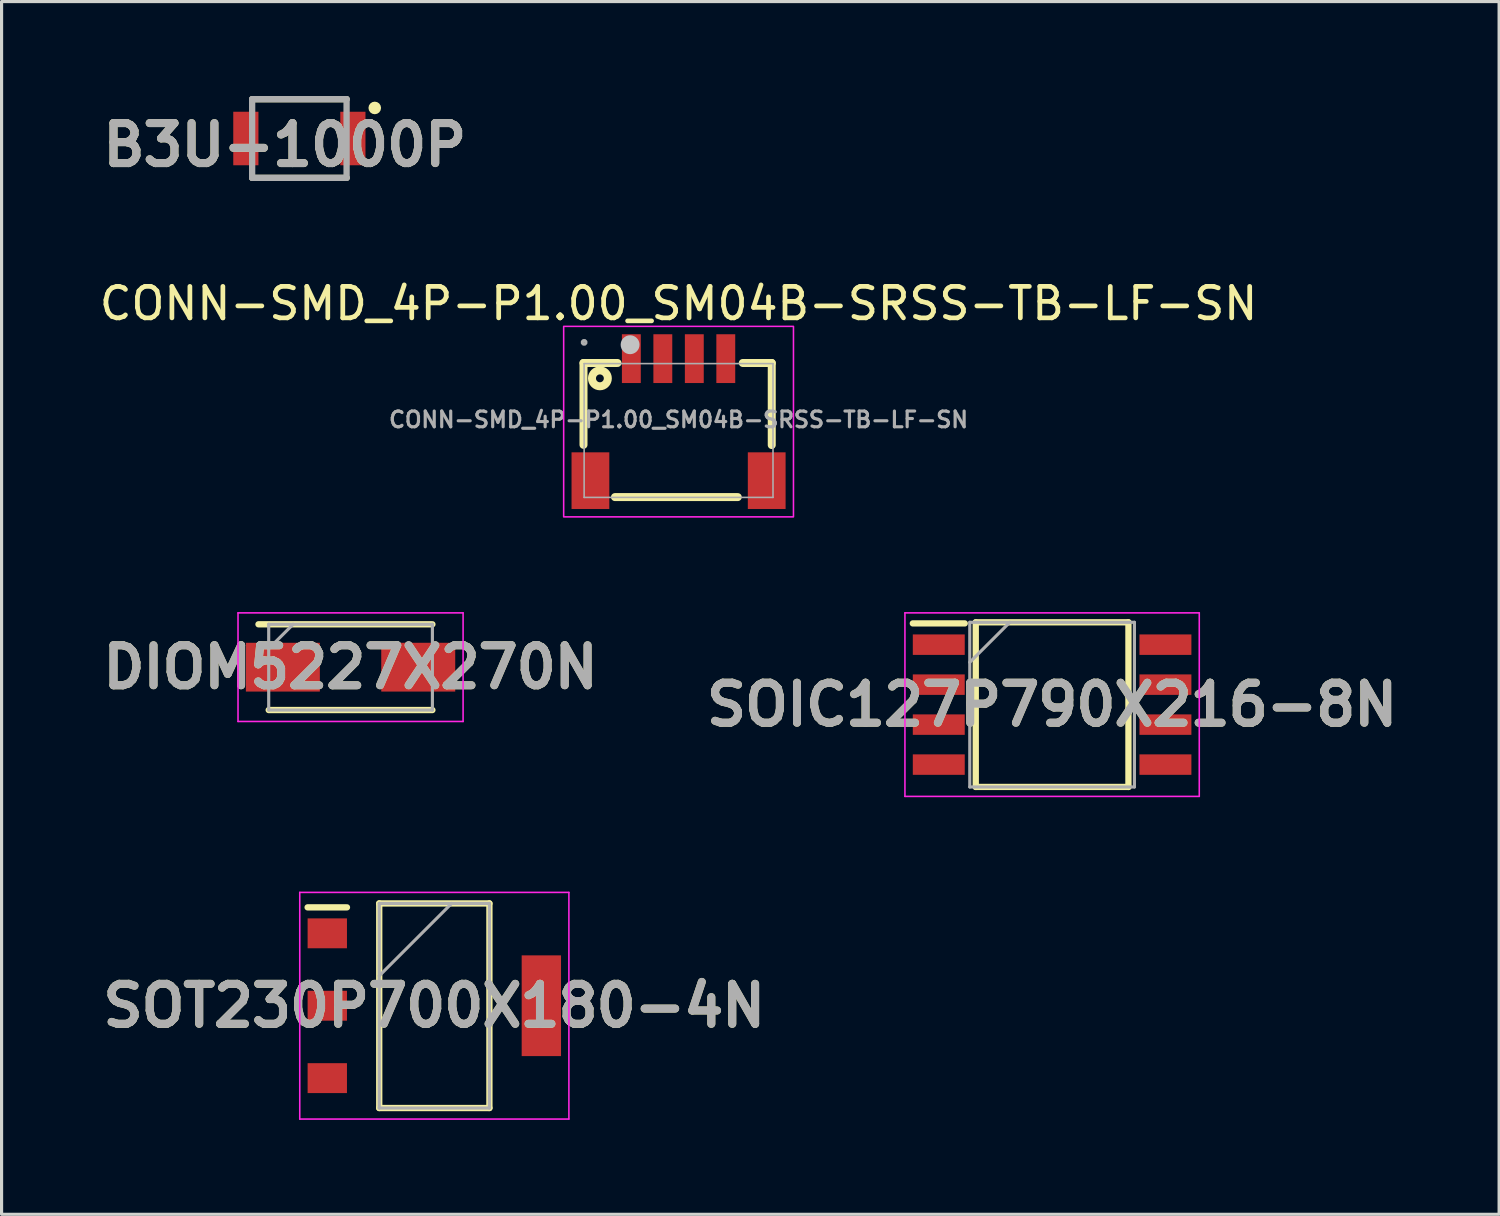
<source format=kicad_pcb>
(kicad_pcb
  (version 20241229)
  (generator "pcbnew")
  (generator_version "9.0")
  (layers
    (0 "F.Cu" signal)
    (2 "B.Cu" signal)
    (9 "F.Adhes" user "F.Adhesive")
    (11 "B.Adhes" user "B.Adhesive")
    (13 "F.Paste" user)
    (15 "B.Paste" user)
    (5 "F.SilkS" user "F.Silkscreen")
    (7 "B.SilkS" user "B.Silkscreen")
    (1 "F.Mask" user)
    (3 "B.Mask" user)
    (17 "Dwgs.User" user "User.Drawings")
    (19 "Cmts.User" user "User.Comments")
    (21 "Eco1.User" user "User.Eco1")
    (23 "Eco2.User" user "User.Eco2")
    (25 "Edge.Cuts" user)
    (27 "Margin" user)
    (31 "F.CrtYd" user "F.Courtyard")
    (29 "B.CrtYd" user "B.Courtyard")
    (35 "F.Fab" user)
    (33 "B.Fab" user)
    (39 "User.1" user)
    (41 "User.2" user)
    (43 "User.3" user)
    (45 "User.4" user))
  (footprint "CONN-SMD_4P-P1.00_SM04B-SRSS-TB-LF-SN"
    (layer "F.Cu")
    (at 18.506 10.281)
    (property "Reference" "CONN-SMD_4P-P1.00_SM04B-SRSS-TB-LF-SN" (at 0 -3.688 0) (layer "F.SilkS") (effects (font (size 1 1) (thickness 0.15))))
    (fp_line (start -3.02 -1.8) (end -3.02 0.8) (stroke (width 0.254) (type default)) (layer "F.SilkS"))
    (fp_line (start -2.02 2.46) (end 1.88 2.46) (stroke (width 0.254) (type default)) (layer "F.SilkS"))
    (fp_line (start -1.94 -1.8) (end -3.02 -1.8) (stroke (width 0.254) (type default)) (layer "F.SilkS"))
    (fp_line (start 2.04 -1.8) (end 2.96 -1.8) (stroke (width 0.254) (type default)) (layer "F.SilkS"))
    (fp_line (start 2.96 -1.8) (end 2.96 0.807) (stroke (width 0.254) (type default)) (layer "F.SilkS"))
    (fp_circle (center -2.499 -1.312) (end -2.374 -1.312) (stroke (width 0.254) (type default)) (fill no) (layer "F.SilkS"))
    (fp_circle (center -1.54 -2.38) (end -1.39 -2.38) (stroke (width 0.3) (type default)) (fill no) (layer "Dwgs.User"))
    (fp_rect (start -3.65 -2.963) (end 3.65 3.088) (stroke (width 0.05) (type default)) (fill no) (layer "F.CrtYd"))
    (fp_line (start -3 -1.78) (end 3 -1.78) (stroke (width 0.051) (type default)) (layer "F.Fab"))
    (fp_line (start -3 2.47) (end -3 -1.78) (stroke (width 0.051) (type default)) (layer "F.Fab"))
    (fp_line (start 3 -1.78) (end 3 2.47) (stroke (width 0.051) (type default)) (layer "F.Fab"))
    (fp_line (start 3 2.47) (end -3 2.47) (stroke (width 0.051) (type default)) (layer "F.Fab"))
    (fp_poly (pts (xy -2.945 -2.478) (xy -2.977 -2.51) (xy -3.023 -2.51) (xy -3.055 -2.478) (xy -3.055 -2.432) (xy -3.023 -2.4) (xy -2.977 -2.4) (xy -2.945 -2.432)) (stroke (width 0.1) (type default)) (fill no) (layer "F.Fab"))
    (fp_poly (pts (xy -2.22 2.44) (xy -2.92 2.44) (xy -2.94 1.04) (xy -2.22 1.04)) (stroke (width 0.1) (type default)) (fill no) (layer "User.1"))
    (fp_poly (pts (xy -1.601 -2.455) (xy -1.401 -2.455) (xy -1.401 -1.755) (xy -1.601 -1.755)) (stroke (width 0.1) (type default)) (fill no) (layer "User.1"))
    (fp_poly (pts (xy -0.601 -2.455) (xy -0.401 -2.455) (xy -0.401 -1.755) (xy -0.601 -1.755)) (stroke (width 0.1) (type default)) (fill no) (layer "User.1"))
    (fp_poly (pts (xy 0.4 -2.454) (xy 0.6 -2.454) (xy 0.6 -1.754) (xy 0.4 -1.754)) (stroke (width 0.1) (type default)) (fill no) (layer "User.1"))
    (fp_poly (pts (xy 1.4 -2.454) (xy 1.6 -2.454) (xy 1.6 -1.754) (xy 1.4 -1.754)) (stroke (width 0.1) (type default)) (fill no) (layer "User.1"))
    (fp_poly (pts (xy 2.22 1.04) (xy 2.92 1.04) (xy 2.94 2.44) (xy 2.22 2.44)) (stroke (width 0.1) (type default)) (fill no) (layer "User.1"))
    (fp_text user "${REFERENCE}" (at 0 0 0) (layer "F.Fab") (effects (font (size 0.5 0.5) (thickness 0.1))))
    (pad "1" smd rect (at -1.5 -1.938) (size 0.6 1.55) (layers "F.Cu" "F.Mask" "F.Paste"))
    (pad "2" smd rect (at -0.5 -1.938) (size 0.6 1.55) (layers "F.Cu" "F.Mask" "F.Paste"))
    (pad "3" smd rect (at 0.5 -1.938) (size 0.6 1.55) (layers "F.Cu" "F.Mask" "F.Paste"))
    (pad "4" smd rect (at 1.5 -1.938) (size 0.6 1.55) (layers "F.Cu" "F.Mask" "F.Paste"))
    (pad "5" smd rect (at 2.8 1.938) (size 1.2 1.8) (layers "F.Cu" "F.Mask" "F.Paste"))
    (pad "6" smd rect (at -2.8 1.938) (size 1.2 1.8) (layers "F.Cu" "F.Mask" "F.Paste")))
  (footprint "SOT230P700X180-4N"
    (layer "F.Cu")
    (at 10.747 28.899)
    (property "Reference" "SOT230P700X180-4N" (at 0 0 0) (layer "F.SilkS") (effects (font (size 1.27 1.27) (thickness 0.254))))
    (attr smd)
    (fp_line (start -4.025 -3.125) (end -2.775 -3.125) (stroke (width 0.2) (type solid)) (layer "F.SilkS"))
    (fp_line (start -1.75 -3.25) (end 1.75 -3.25) (stroke (width 0.2) (type solid)) (layer "F.SilkS"))
    (fp_line (start -1.75 3.25) (end -1.75 -3.25) (stroke (width 0.2) (type solid)) (layer "F.SilkS"))
    (fp_line (start 1.75 -3.25) (end 1.75 3.25) (stroke (width 0.2) (type solid)) (layer "F.SilkS"))
    (fp_line (start 1.75 3.25) (end -1.75 3.25) (stroke (width 0.2) (type solid)) (layer "F.SilkS"))
    (fp_line (start -4.275 -3.6) (end 4.275 -3.6) (stroke (width 0.05) (type solid)) (layer "F.CrtYd"))
    (fp_line (start -4.275 3.6) (end -4.275 -3.6) (stroke (width 0.05) (type solid)) (layer "F.CrtYd"))
    (fp_line (start 4.275 -3.6) (end 4.275 3.6) (stroke (width 0.05) (type solid)) (layer "F.CrtYd"))
    (fp_line (start 4.275 3.6) (end -4.275 3.6) (stroke (width 0.05) (type solid)) (layer "F.CrtYd"))
    (fp_line (start -1.75 -3.25) (end 1.75 -3.25) (stroke (width 0.1) (type solid)) (layer "F.Fab"))
    (fp_line (start -1.75 -0.95) (end 0.55 -3.25) (stroke (width 0.1) (type solid)) (layer "F.Fab"))
    (fp_line (start -1.75 3.25) (end -1.75 -3.25) (stroke (width 0.1) (type solid)) (layer "F.Fab"))
    (fp_line (start 1.75 -3.25) (end 1.75 3.25) (stroke (width 0.1) (type solid)) (layer "F.Fab"))
    (fp_line (start 1.75 3.25) (end -1.75 3.25) (stroke (width 0.1) (type solid)) (layer "F.Fab"))
    (fp_text user "${REFERENCE}" (at 0 0 0) (layer "F.Fab") (effects (font (size 1.27 1.27) (thickness 0.254))))
    (pad "1" smd rect (at -3.4 -2.3 90) (size 0.95 1.25) (layers "F.Cu" "F.Mask" "F.Paste"))
    (pad "2" smd rect (at -3.4 0 90) (size 0.95 1.25) (layers "F.Cu" "F.Mask" "F.Paste"))
    (pad "3" smd rect (at -3.4 2.3 90) (size 0.95 1.25) (layers "F.Cu" "F.Mask" "F.Paste"))
    (pad "4" smd rect (at 3.4 0) (size 1.25 3.2) (layers "F.Cu" "F.Mask" "F.Paste")))
  (footprint "B3U-1000P"
    (layer "F.Cu")
    (at 6.46 1.35)
    (property "Reference" "B3U-1000P" (at -0.461 0.206 0) (layer "F.SilkS") (effects (font (size 1.27 1.27) (thickness 0.254))))
    (attr smd)
    (fp_line (start -1.5 -1.25) (end 1.5 -1.25) (stroke (width 0.2) (type solid)) (layer "F.SilkS"))
    (fp_line (start -1.5 1.25) (end 1.5 1.25) (stroke (width 0.2) (type solid)) (layer "F.SilkS"))
    (fp_circle (center 2.395 -0.971) (end 2.395 -0.871) (stroke (width 0.2) (type solid)) (fill no) (layer "F.SilkS"))
    (fp_line (start -1.5 -1.25) (end 1.5 -1.25) (stroke (width 0.2) (type solid)) (layer "F.Fab"))
    (fp_line (start -1.5 1.25) (end -1.5 -1.25) (stroke (width 0.2) (type solid)) (layer "F.Fab"))
    (fp_line (start 1.5 -1.25) (end 1.5 1.25) (stroke (width 0.2) (type solid)) (layer "F.Fab"))
    (fp_line (start 1.5 1.25) (end -1.5 1.25) (stroke (width 0.2) (type solid)) (layer "F.Fab"))
    (fp_text user "${REFERENCE}" (at -0.461 0.206 0) (layer "F.Fab") (effects (font (size 1.27 1.27) (thickness 0.254))))
    (pad "1" smd rect (at 1.7 0) (size 0.8 1.7) (layers "F.Cu" "F.Mask" "F.Paste"))
    (pad "2" smd rect (at -1.7 0) (size 0.8 1.7) (layers "F.Cu" "F.Mask" "F.Paste")))
  (footprint "SOIC127P790X216-8N"
    (layer "F.Cu")
    (at 30.372 19.334)
    (property "Reference" "SOIC127P790X216-8N" (at 0 0 0) (layer "F.SilkS") (effects (font (size 1.27 1.27) (thickness 0.254))))
    (attr smd)
    (fp_line (start -4.425 -2.58) (end -2.775 -2.58) (stroke (width 0.2) (type solid)) (layer "F.SilkS"))
    (fp_line (start -2.425 -2.615) (end 2.425 -2.615) (stroke (width 0.2) (type solid)) (layer "F.SilkS"))
    (fp_line (start -2.425 2.615) (end -2.425 -2.615) (stroke (width 0.2) (type solid)) (layer "F.SilkS"))
    (fp_line (start 2.425 -2.615) (end 2.425 2.615) (stroke (width 0.2) (type solid)) (layer "F.SilkS"))
    (fp_line (start 2.425 2.615) (end -2.425 2.615) (stroke (width 0.2) (type solid)) (layer "F.SilkS"))
    (fp_line (start -4.675 -2.915) (end 4.675 -2.915) (stroke (width 0.05) (type solid)) (layer "F.CrtYd"))
    (fp_line (start -4.675 2.915) (end -4.675 -2.915) (stroke (width 0.05) (type solid)) (layer "F.CrtYd"))
    (fp_line (start 4.675 -2.915) (end 4.675 2.915) (stroke (width 0.05) (type solid)) (layer "F.CrtYd"))
    (fp_line (start 4.675 2.915) (end -4.675 2.915) (stroke (width 0.05) (type solid)) (layer "F.CrtYd"))
    (fp_line (start -2.615 -2.615) (end 2.615 -2.615) (stroke (width 0.1) (type solid)) (layer "F.Fab"))
    (fp_line (start -2.615 -1.345) (end -1.345 -2.615) (stroke (width 0.1) (type solid)) (layer "F.Fab"))
    (fp_line (start -2.615 2.615) (end -2.615 -2.615) (stroke (width 0.1) (type solid)) (layer "F.Fab"))
    (fp_line (start 2.615 -2.615) (end 2.615 2.615) (stroke (width 0.1) (type solid)) (layer "F.Fab"))
    (fp_line (start 2.615 2.615) (end -2.615 2.615) (stroke (width 0.1) (type solid)) (layer "F.Fab"))
    (fp_text user "${REFERENCE}" (at 0 0 0) (layer "F.Fab") (effects (font (size 1.27 1.27) (thickness 0.254))))
    (pad "1" smd rect (at -3.6 -1.905 90) (size 0.65 1.65) (layers "F.Cu" "F.Mask" "F.Paste"))
    (pad "2" smd rect (at -3.6 -0.635 90) (size 0.65 1.65) (layers "F.Cu" "F.Mask" "F.Paste"))
    (pad "3" smd rect (at -3.6 0.635 90) (size 0.65 1.65) (layers "F.Cu" "F.Mask" "F.Paste"))
    (pad "4" smd rect (at -3.6 1.905 90) (size 0.65 1.65) (layers "F.Cu" "F.Mask" "F.Paste"))
    (pad "5" smd rect (at 3.6 1.905 90) (size 0.65 1.65) (layers "F.Cu" "F.Mask" "F.Paste"))
    (pad "6" smd rect (at 3.6 0.635 90) (size 0.65 1.65) (layers "F.Cu" "F.Mask" "F.Paste"))
    (pad "7" smd rect (at 3.6 -0.635 90) (size 0.65 1.65) (layers "F.Cu" "F.Mask" "F.Paste"))
    (pad "8" smd rect (at 3.6 -1.905 90) (size 0.65 1.65) (layers "F.Cu" "F.Mask" "F.Paste")))
  (footprint "DIOM5227X270N"
    (layer "F.Cu")
    (at 8.086 18.144)
    (property "Reference" "DIOM5227X270N" (at 0 0 0) (layer "F.SilkS") (effects (font (size 1.27 1.27) (thickness 0.254))))
    (attr smd)
    (fp_line (start -2.6 1.362) (end 2.6 1.362) (stroke (width 0.2) (type solid)) (layer "F.SilkS"))
    (fp_line (start 2.6 -1.362) (end -2.925 -1.362) (stroke (width 0.2) (type solid)) (layer "F.SilkS"))
    (fp_line (start -3.575 -1.725) (end 3.575 -1.725) (stroke (width 0.05) (type solid)) (layer "F.CrtYd"))
    (fp_line (start -3.575 1.725) (end -3.575 -1.725) (stroke (width 0.05) (type solid)) (layer "F.CrtYd"))
    (fp_line (start 3.575 -1.725) (end 3.575 1.725) (stroke (width 0.05) (type solid)) (layer "F.CrtYd"))
    (fp_line (start 3.575 1.725) (end -3.575 1.725) (stroke (width 0.05) (type solid)) (layer "F.CrtYd"))
    (fp_line (start -2.6 -1.362) (end 2.6 -1.362) (stroke (width 0.1) (type solid)) (layer "F.Fab"))
    (fp_line (start -2.6 -0.588) (end -1.825 -1.362) (stroke (width 0.1) (type solid)) (layer "F.Fab"))
    (fp_line (start -2.6 1.362) (end -2.6 -1.362) (stroke (width 0.1) (type solid)) (layer "F.Fab"))
    (fp_line (start 2.6 -1.362) (end 2.6 1.362) (stroke (width 0.1) (type solid)) (layer "F.Fab"))
    (fp_line (start 2.6 1.362) (end -2.6 1.362) (stroke (width 0.1) (type solid)) (layer "F.Fab"))
    (fp_text user "${REFERENCE}" (at 0 0 0) (layer "F.Fab") (effects (font (size 1.27 1.27) (thickness 0.254))))
    (pad "1" smd rect (at -2.15 0 90) (size 1.55 2.35) (layers "F.Cu" "F.Mask" "F.Paste"))
    (pad "2" smd rect (at 2.15 0 90) (size 1.55 2.35) (layers "F.Cu" "F.Mask" "F.Paste")))
  (gr_rect
    (start -3 -3)
    (end 44.572 35.524)
    (stroke (width 0.1) (type default))
    (fill no)
    (layer "Edge.Cuts")))
</source>
